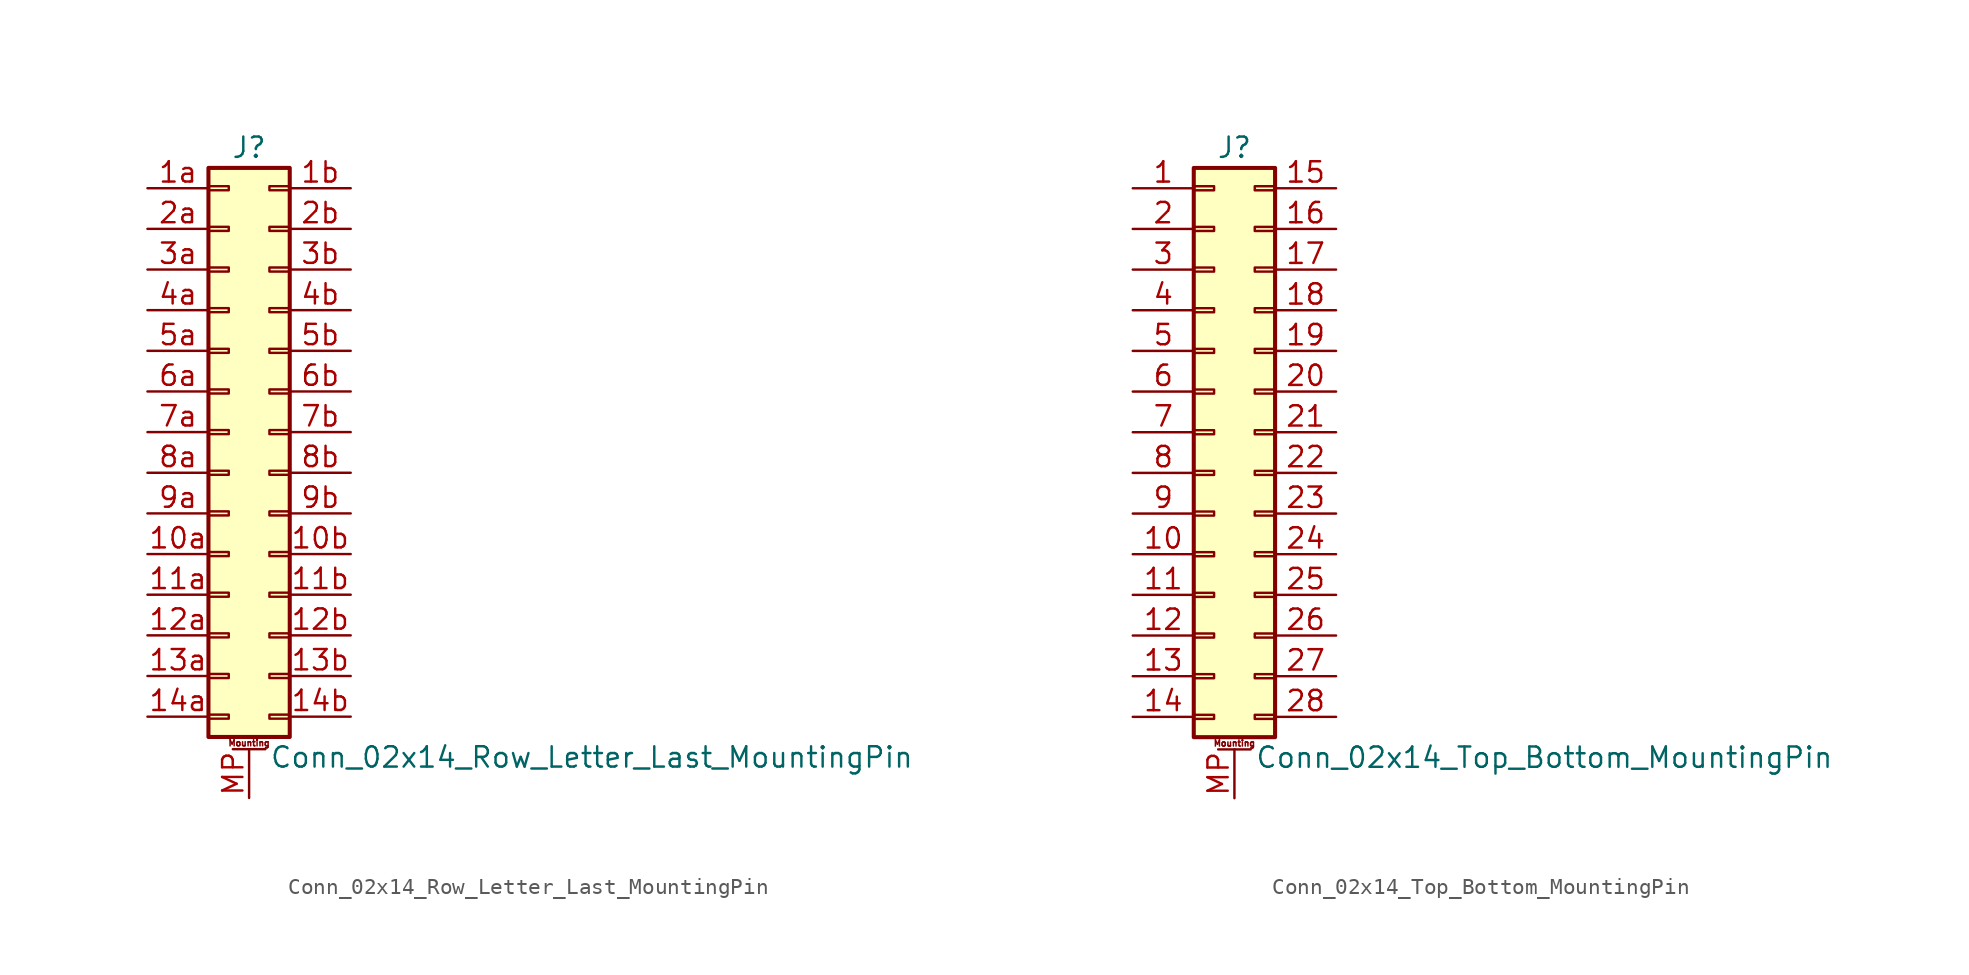
<source format=kicad_sym>
(kicad_symbol_lib
  (version 20201005)
  (generator kicad_symbol_editor)
  (symbol "Connector_Generic_MountingPin:Conn_02x14_Row_Letter_Last_MountingPin"
    (pin_names
      (offset 1.016) hide)
    (property "Reference" "J"
      (at 1.27 17.78 0)
      (effects (font (size 1.27 1.27))))
    (property "Value" "Conn_02x14_Row_Letter_Last_MountingPin"
      (at 2.54 -20.32 0)
      (effects (font (size 1.27 1.27)) (justify left)))
    (symbol "Conn_02x14_Row_Letter_Last_MountingPin_1_1"
      (text "Mounting" (at 1.27 -19.431 0) (effects (font (size 0.381 0.381))))
      (rectangle (start -1.27 -4.953) (end 0 -5.207) (stroke (width 0.152)) (fill (type none)))
      (rectangle (start -1.27 -7.493) (end 0 -7.747) (stroke (width 0.152)) (fill (type none)))
      (rectangle (start -1.27 -10.033) (end 0 -10.287) (stroke (width 0.152)) (fill (type none)))
      (rectangle (start -1.27 -12.573) (end 0 -12.827) (stroke (width 0.152)) (fill (type none)))
      (rectangle (start -1.27 -15.113) (end 0 -15.367) (stroke (width 0.152)) (fill (type none)))
      (rectangle (start -1.27 -17.653) (end 0 -17.907) (stroke (width 0.152)) (fill (type none)))
      (rectangle (start -1.27 -2.413) (end 0 -2.667) (stroke (width 0.152)) (fill (type none)))
      (rectangle (start -1.27 2.667) (end 0 2.413) (stroke (width 0.152)) (fill (type none)))
      (rectangle (start -1.27 5.207) (end 0 4.953) (stroke (width 0.152)) (fill (type none)))
      (rectangle (start -1.27 7.747) (end 0 7.493) (stroke (width 0.152)) (fill (type none)))
      (rectangle (start -1.27 10.287) (end 0 10.033) (stroke (width 0.152)) (fill (type none)))
      (rectangle (start -1.27 0.127) (end 0 -0.127) (stroke (width 0.152)) (fill (type none)))
      (rectangle (start -1.27 12.827) (end 0 12.573) (stroke (width 0.152)) (fill (type none)))
      (rectangle (start -1.27 15.367) (end 0 15.113) (stroke (width 0.152)) (fill (type none)))
      (rectangle (start -1.27 16.51) (end 3.81 -19.05) (stroke (width 0.254)) (fill (type background)))
      (rectangle (start 3.81 -4.953) (end 2.54 -5.207) (stroke (width 0.152)) (fill (type none)))
      (rectangle (start 3.81 -7.493) (end 2.54 -7.747) (stroke (width 0.152)) (fill (type none)))
      (rectangle (start 3.81 -10.033) (end 2.54 -10.287) (stroke (width 0.152)) (fill (type none)))
      (rectangle (start 3.81 -12.573) (end 2.54 -12.827) (stroke (width 0.152)) (fill (type none)))
      (rectangle (start 3.81 -15.113) (end 2.54 -15.367) (stroke (width 0.152)) (fill (type none)))
      (rectangle (start 3.81 -17.653) (end 2.54 -17.907) (stroke (width 0.152)) (fill (type none)))
      (rectangle (start 3.81 -2.413) (end 2.54 -2.667) (stroke (width 0.152)) (fill (type none)))
      (rectangle (start 3.81 2.667) (end 2.54 2.413) (stroke (width 0.152)) (fill (type none)))
      (rectangle (start 3.81 5.207) (end 2.54 4.953) (stroke (width 0.152)) (fill (type none)))
      (rectangle (start 3.81 7.747) (end 2.54 7.493) (stroke (width 0.152)) (fill (type none)))
      (rectangle (start 3.81 10.287) (end 2.54 10.033) (stroke (width 0.152)) (fill (type none)))
      (rectangle (start 3.81 0.127) (end 2.54 -0.127) (stroke (width 0.152)) (fill (type none)))
      (rectangle (start 3.81 12.827) (end 2.54 12.573) (stroke (width 0.152)) (fill (type none)))
      (rectangle (start 3.81 15.367) (end 2.54 15.113) (stroke (width 0.152)) (fill (type none)))
      (polyline (pts (xy 0.254 -19.812) (xy 2.286 -19.812)) (stroke (width 0.152)) (fill (type none)))
      (pin passive line (at 1.27 -22.86 90) (length 3.048) (name "MountPin" (effects (font (size 1.27 1.27)))) (number "MP" (effects (font (size 1.27 1.27)))))
      (pin passive line (at -5.08 -7.62 0) (length 3.81) (name "Pin_10a" (effects (font (size 1.27 1.27)))) (number "10a" (effects (font (size 1.27 1.27)))))
      (pin passive line (at 7.62 -7.62 180) (length 3.81) (name "Pin_10b" (effects (font (size 1.27 1.27)))) (number "10b" (effects (font (size 1.27 1.27)))))
      (pin passive line (at -5.08 -10.16 0) (length 3.81) (name "Pin_11a" (effects (font (size 1.27 1.27)))) (number "11a" (effects (font (size 1.27 1.27)))))
      (pin passive line (at 7.62 -10.16 180) (length 3.81) (name "Pin_11b" (effects (font (size 1.27 1.27)))) (number "11b" (effects (font (size 1.27 1.27)))))
      (pin passive line (at -5.08 -12.7 0) (length 3.81) (name "Pin_12a" (effects (font (size 1.27 1.27)))) (number "12a" (effects (font (size 1.27 1.27)))))
      (pin passive line (at 7.62 -12.7 180) (length 3.81) (name "Pin_12b" (effects (font (size 1.27 1.27)))) (number "12b" (effects (font (size 1.27 1.27)))))
      (pin passive line (at -5.08 -15.24 0) (length 3.81) (name "Pin_13a" (effects (font (size 1.27 1.27)))) (number "13a" (effects (font (size 1.27 1.27)))))
      (pin passive line (at 7.62 -15.24 180) (length 3.81) (name "Pin_13b" (effects (font (size 1.27 1.27)))) (number "13b" (effects (font (size 1.27 1.27)))))
      (pin passive line (at -5.08 -17.78 0) (length 3.81) (name "Pin_14a" (effects (font (size 1.27 1.27)))) (number "14a" (effects (font (size 1.27 1.27)))))
      (pin passive line (at 7.62 -17.78 180) (length 3.81) (name "Pin_14b" (effects (font (size 1.27 1.27)))) (number "14b" (effects (font (size 1.27 1.27)))))
      (pin passive line (at -5.08 15.24 0) (length 3.81) (name "Pin_1a" (effects (font (size 1.27 1.27)))) (number "1a" (effects (font (size 1.27 1.27)))))
      (pin passive line (at 7.62 15.24 180) (length 3.81) (name "Pin_1b" (effects (font (size 1.27 1.27)))) (number "1b" (effects (font (size 1.27 1.27)))))
      (pin passive line (at -5.08 12.7 0) (length 3.81) (name "Pin_2a" (effects (font (size 1.27 1.27)))) (number "2a" (effects (font (size 1.27 1.27)))))
      (pin passive line (at 7.62 12.7 180) (length 3.81) (name "Pin_2b" (effects (font (size 1.27 1.27)))) (number "2b" (effects (font (size 1.27 1.27)))))
      (pin passive line (at -5.08 10.16 0) (length 3.81) (name "Pin_3a" (effects (font (size 1.27 1.27)))) (number "3a" (effects (font (size 1.27 1.27)))))
      (pin passive line (at 7.62 10.16 180) (length 3.81) (name "Pin_3b" (effects (font (size 1.27 1.27)))) (number "3b" (effects (font (size 1.27 1.27)))))
      (pin passive line (at -5.08 7.62 0) (length 3.81) (name "Pin_4a" (effects (font (size 1.27 1.27)))) (number "4a" (effects (font (size 1.27 1.27)))))
      (pin passive line (at 7.62 7.62 180) (length 3.81) (name "Pin_4b" (effects (font (size 1.27 1.27)))) (number "4b" (effects (font (size 1.27 1.27)))))
      (pin passive line (at -5.08 5.08 0) (length 3.81) (name "Pin_5a" (effects (font (size 1.27 1.27)))) (number "5a" (effects (font (size 1.27 1.27)))))
      (pin passive line (at 7.62 5.08 180) (length 3.81) (name "Pin_5b" (effects (font (size 1.27 1.27)))) (number "5b" (effects (font (size 1.27 1.27)))))
      (pin passive line (at -5.08 2.54 0) (length 3.81) (name "Pin_6a" (effects (font (size 1.27 1.27)))) (number "6a" (effects (font (size 1.27 1.27)))))
      (pin passive line (at 7.62 2.54 180) (length 3.81) (name "Pin_6b" (effects (font (size 1.27 1.27)))) (number "6b" (effects (font (size 1.27 1.27)))))
      (pin passive line (at -5.08 0 0) (length 3.81) (name "Pin_7a" (effects (font (size 1.27 1.27)))) (number "7a" (effects (font (size 1.27 1.27)))))
      (pin passive line (at 7.62 0 180) (length 3.81) (name "Pin_7b" (effects (font (size 1.27 1.27)))) (number "7b" (effects (font (size 1.27 1.27)))))
      (pin passive line (at -5.08 -2.54 0) (length 3.81) (name "Pin_8a" (effects (font (size 1.27 1.27)))) (number "8a" (effects (font (size 1.27 1.27)))))
      (pin passive line (at 7.62 -2.54 180) (length 3.81) (name "Pin_8b" (effects (font (size 1.27 1.27)))) (number "8b" (effects (font (size 1.27 1.27)))))
      (pin passive line (at -5.08 -5.08 0) (length 3.81) (name "Pin_9a" (effects (font (size 1.27 1.27)))) (number "9a" (effects (font (size 1.27 1.27)))))
      (pin passive line (at 7.62 -5.08 180) (length 3.81) (name "Pin_9b" (effects (font (size 1.27 1.27)))) (number "9b" (effects (font (size 1.27 1.27)))))))
  (symbol "Connector_Generic_MountingPin:Conn_02x14_Top_Bottom_MountingPin"
    (pin_names
      (offset 1.016) hide)
    (property "Reference" "J"
      (at 1.27 17.78 0)
      (effects (font (size 1.27 1.27))))
    (property "Value" "Conn_02x14_Top_Bottom_MountingPin"
      (at 2.54 -20.32 0)
      (effects (font (size 1.27 1.27)) (justify left)))
    (symbol "Conn_02x14_Top_Bottom_MountingPin_1_1"
      (text "Mounting" (at 1.27 -19.431 0) (effects (font (size 0.381 0.381))))
      (rectangle (start -1.27 -4.953) (end 0 -5.207) (stroke (width 0.152)) (fill (type none)))
      (rectangle (start -1.27 -7.493) (end 0 -7.747) (stroke (width 0.152)) (fill (type none)))
      (rectangle (start -1.27 -10.033) (end 0 -10.287) (stroke (width 0.152)) (fill (type none)))
      (rectangle (start -1.27 -12.573) (end 0 -12.827) (stroke (width 0.152)) (fill (type none)))
      (rectangle (start -1.27 -15.113) (end 0 -15.367) (stroke (width 0.152)) (fill (type none)))
      (rectangle (start -1.27 -17.653) (end 0 -17.907) (stroke (width 0.152)) (fill (type none)))
      (rectangle (start -1.27 -2.413) (end 0 -2.667) (stroke (width 0.152)) (fill (type none)))
      (rectangle (start -1.27 2.667) (end 0 2.413) (stroke (width 0.152)) (fill (type none)))
      (rectangle (start -1.27 5.207) (end 0 4.953) (stroke (width 0.152)) (fill (type none)))
      (rectangle (start -1.27 7.747) (end 0 7.493) (stroke (width 0.152)) (fill (type none)))
      (rectangle (start -1.27 10.287) (end 0 10.033) (stroke (width 0.152)) (fill (type none)))
      (rectangle (start -1.27 0.127) (end 0 -0.127) (stroke (width 0.152)) (fill (type none)))
      (rectangle (start -1.27 12.827) (end 0 12.573) (stroke (width 0.152)) (fill (type none)))
      (rectangle (start -1.27 15.367) (end 0 15.113) (stroke (width 0.152)) (fill (type none)))
      (rectangle (start -1.27 16.51) (end 3.81 -19.05) (stroke (width 0.254)) (fill (type background)))
      (rectangle (start 3.81 -4.953) (end 2.54 -5.207) (stroke (width 0.152)) (fill (type none)))
      (rectangle (start 3.81 -7.493) (end 2.54 -7.747) (stroke (width 0.152)) (fill (type none)))
      (rectangle (start 3.81 -10.033) (end 2.54 -10.287) (stroke (width 0.152)) (fill (type none)))
      (rectangle (start 3.81 -12.573) (end 2.54 -12.827) (stroke (width 0.152)) (fill (type none)))
      (rectangle (start 3.81 -15.113) (end 2.54 -15.367) (stroke (width 0.152)) (fill (type none)))
      (rectangle (start 3.81 -17.653) (end 2.54 -17.907) (stroke (width 0.152)) (fill (type none)))
      (rectangle (start 3.81 -2.413) (end 2.54 -2.667) (stroke (width 0.152)) (fill (type none)))
      (rectangle (start 3.81 2.667) (end 2.54 2.413) (stroke (width 0.152)) (fill (type none)))
      (rectangle (start 3.81 5.207) (end 2.54 4.953) (stroke (width 0.152)) (fill (type none)))
      (rectangle (start 3.81 7.747) (end 2.54 7.493) (stroke (width 0.152)) (fill (type none)))
      (rectangle (start 3.81 10.287) (end 2.54 10.033) (stroke (width 0.152)) (fill (type none)))
      (rectangle (start 3.81 0.127) (end 2.54 -0.127) (stroke (width 0.152)) (fill (type none)))
      (rectangle (start 3.81 12.827) (end 2.54 12.573) (stroke (width 0.152)) (fill (type none)))
      (rectangle (start 3.81 15.367) (end 2.54 15.113) (stroke (width 0.152)) (fill (type none)))
      (polyline (pts (xy 0.254 -19.812) (xy 2.286 -19.812)) (stroke (width 0.152)) (fill (type none)))
      (pin passive line (at 1.27 -22.86 90) (length 3.048) (name "MountPin" (effects (font (size 1.27 1.27)))) (number "MP" (effects (font (size 1.27 1.27)))))
      (pin passive line (at -5.08 15.24 0) (length 3.81) (name "Pin_1" (effects (font (size 1.27 1.27)))) (number "1" (effects (font (size 1.27 1.27)))))
      (pin passive line (at -5.08 -7.62 0) (length 3.81) (name "Pin_10" (effects (font (size 1.27 1.27)))) (number "10" (effects (font (size 1.27 1.27)))))
      (pin passive line (at -5.08 -10.16 0) (length 3.81) (name "Pin_11" (effects (font (size 1.27 1.27)))) (number "11" (effects (font (size 1.27 1.27)))))
      (pin passive line (at -5.08 -12.7 0) (length 3.81) (name "Pin_12" (effects (font (size 1.27 1.27)))) (number "12" (effects (font (size 1.27 1.27)))))
      (pin passive line (at -5.08 -15.24 0) (length 3.81) (name "Pin_13" (effects (font (size 1.27 1.27)))) (number "13" (effects (font (size 1.27 1.27)))))
      (pin passive line (at -5.08 -17.78 0) (length 3.81) (name "Pin_14" (effects (font (size 1.27 1.27)))) (number "14" (effects (font (size 1.27 1.27)))))
      (pin passive line (at 7.62 15.24 180) (length 3.81) (name "Pin_15" (effects (font (size 1.27 1.27)))) (number "15" (effects (font (size 1.27 1.27)))))
      (pin passive line (at 7.62 12.7 180) (length 3.81) (name "Pin_16" (effects (font (size 1.27 1.27)))) (number "16" (effects (font (size 1.27 1.27)))))
      (pin passive line (at 7.62 10.16 180) (length 3.81) (name "Pin_17" (effects (font (size 1.27 1.27)))) (number "17" (effects (font (size 1.27 1.27)))))
      (pin passive line (at 7.62 7.62 180) (length 3.81) (name "Pin_18" (effects (font (size 1.27 1.27)))) (number "18" (effects (font (size 1.27 1.27)))))
      (pin passive line (at 7.62 5.08 180) (length 3.81) (name "Pin_19" (effects (font (size 1.27 1.27)))) (number "19" (effects (font (size 1.27 1.27)))))
      (pin passive line (at -5.08 12.7 0) (length 3.81) (name "Pin_2" (effects (font (size 1.27 1.27)))) (number "2" (effects (font (size 1.27 1.27)))))
      (pin passive line (at 7.62 2.54 180) (length 3.81) (name "Pin_20" (effects (font (size 1.27 1.27)))) (number "20" (effects (font (size 1.27 1.27)))))
      (pin passive line (at 7.62 0 180) (length 3.81) (name "Pin_21" (effects (font (size 1.27 1.27)))) (number "21" (effects (font (size 1.27 1.27)))))
      (pin passive line (at 7.62 -2.54 180) (length 3.81) (name "Pin_22" (effects (font (size 1.27 1.27)))) (number "22" (effects (font (size 1.27 1.27)))))
      (pin passive line (at 7.62 -5.08 180) (length 3.81) (name "Pin_23" (effects (font (size 1.27 1.27)))) (number "23" (effects (font (size 1.27 1.27)))))
      (pin passive line (at 7.62 -7.62 180) (length 3.81) (name "Pin_24" (effects (font (size 1.27 1.27)))) (number "24" (effects (font (size 1.27 1.27)))))
      (pin passive line (at 7.62 -10.16 180) (length 3.81) (name "Pin_25" (effects (font (size 1.27 1.27)))) (number "25" (effects (font (size 1.27 1.27)))))
      (pin passive line (at 7.62 -12.7 180) (length 3.81) (name "Pin_26" (effects (font (size 1.27 1.27)))) (number "26" (effects (font (size 1.27 1.27)))))
      (pin passive line (at 7.62 -15.24 180) (length 3.81) (name "Pin_27" (effects (font (size 1.27 1.27)))) (number "27" (effects (font (size 1.27 1.27)))))
      (pin passive line (at 7.62 -17.78 180) (length 3.81) (name "Pin_28" (effects (font (size 1.27 1.27)))) (number "28" (effects (font (size 1.27 1.27)))))
      (pin passive line (at -5.08 10.16 0) (length 3.81) (name "Pin_3" (effects (font (size 1.27 1.27)))) (number "3" (effects (font (size 1.27 1.27)))))
      (pin passive line (at -5.08 7.62 0) (length 3.81) (name "Pin_4" (effects (font (size 1.27 1.27)))) (number "4" (effects (font (size 1.27 1.27)))))
      (pin passive line (at -5.08 5.08 0) (length 3.81) (name "Pin_5" (effects (font (size 1.27 1.27)))) (number "5" (effects (font (size 1.27 1.27)))))
      (pin passive line (at -5.08 2.54 0) (length 3.81) (name "Pin_6" (effects (font (size 1.27 1.27)))) (number "6" (effects (font (size 1.27 1.27)))))
      (pin passive line (at -5.08 0 0) (length 3.81) (name "Pin_7" (effects (font (size 1.27 1.27)))) (number "7" (effects (font (size 1.27 1.27)))))
      (pin passive line (at -5.08 -2.54 0) (length 3.81) (name "Pin_8" (effects (font (size 1.27 1.27)))) (number "8" (effects (font (size 1.27 1.27)))))
      (pin passive line (at -5.08 -5.08 0) (length 3.81) (name "Pin_9" (effects (font (size 1.27 1.27)))) (number "9" (effects (font (size 1.27 1.27))))))))
</source>
